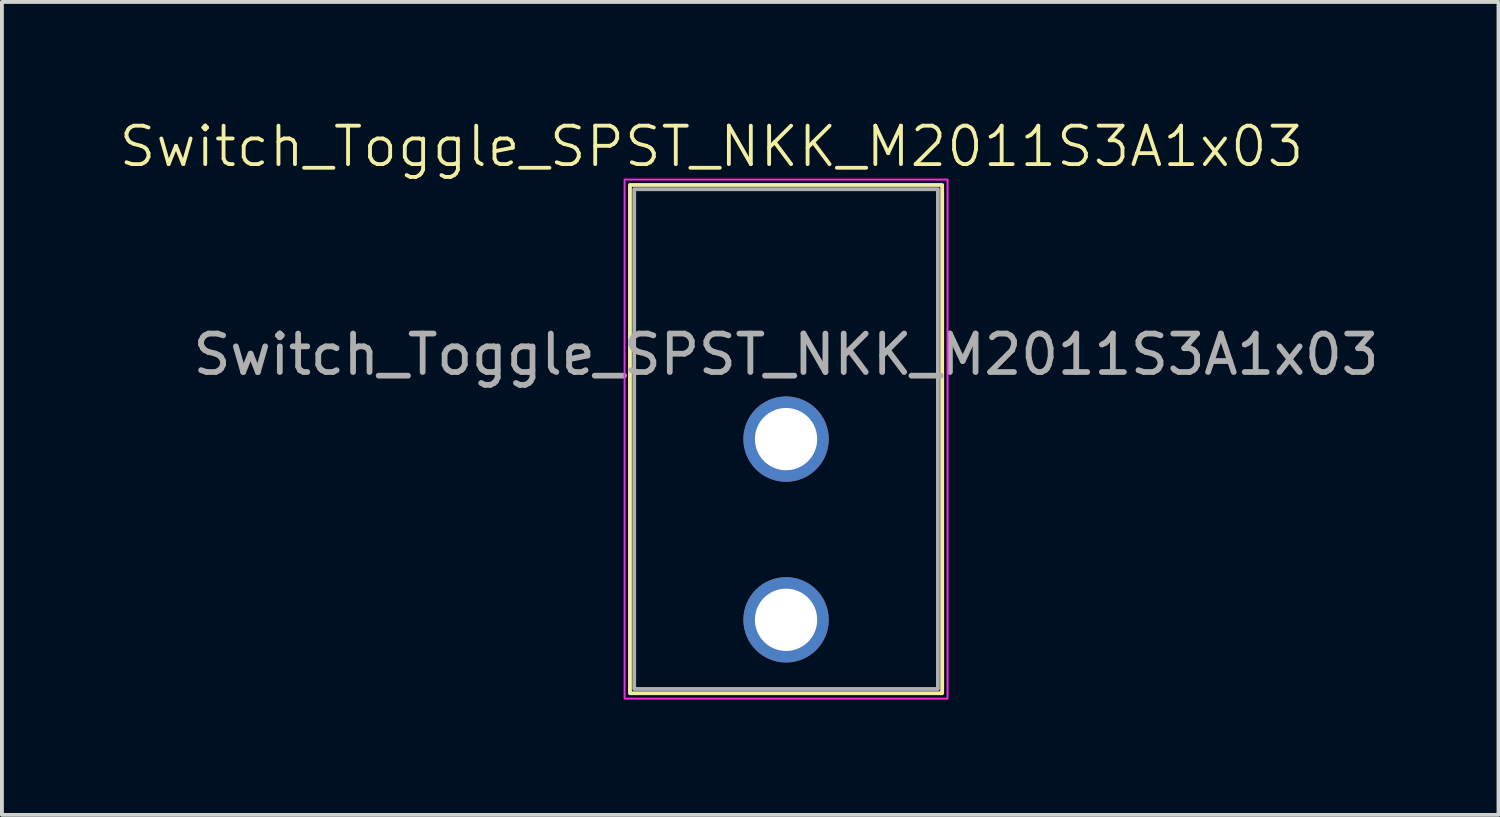
<source format=kicad_pcb>
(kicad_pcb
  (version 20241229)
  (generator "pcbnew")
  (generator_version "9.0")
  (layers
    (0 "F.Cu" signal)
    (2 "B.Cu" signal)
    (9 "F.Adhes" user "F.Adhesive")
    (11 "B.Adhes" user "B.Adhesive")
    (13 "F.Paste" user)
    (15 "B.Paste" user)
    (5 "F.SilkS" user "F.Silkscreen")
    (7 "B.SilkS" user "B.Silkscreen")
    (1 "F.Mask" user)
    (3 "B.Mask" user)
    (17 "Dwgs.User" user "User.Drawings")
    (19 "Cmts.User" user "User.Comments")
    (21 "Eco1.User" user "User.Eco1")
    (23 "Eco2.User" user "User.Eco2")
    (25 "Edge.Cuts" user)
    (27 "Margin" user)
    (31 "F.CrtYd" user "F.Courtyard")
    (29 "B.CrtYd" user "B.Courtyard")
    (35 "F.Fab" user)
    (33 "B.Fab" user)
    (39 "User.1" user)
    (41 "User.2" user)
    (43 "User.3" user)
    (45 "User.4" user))
  (footprint "Switch_Toggle_SPST_NKK_M2011S3A1x03"
    (layer "F.Cu")
    (at 17.395 3.671)
    (property "Reference" "Switch_Toggle_SPST_NKK_M2011S3A1x03" (at -1.94 -2.91 0) (unlocked yes) (layer "F.SilkS") (effects (font (size 1 1) (thickness 0.1))))
    (attr through_hole)
    (fp_rect (start -4.06 -1.91) (end 4.06 11.31) (stroke (width 0.1) (type default)) (fill no) (layer "F.SilkS"))
    (fp_rect (start -4.2 -2.05) (end 4.2 11.45) (stroke (width 0.05) (type solid)) (fill no) (layer "F.CrtYd"))
    (fp_rect (start -3.95 -1.8) (end 3.95 11.2) (stroke (width 0.1) (type default)) (fill no) (layer "F.Fab"))
    (fp_text user "${REFERENCE}" (at 0 2.5 0) (unlocked yes) (layer "F.Fab") (effects (font (size 1 1) (thickness 0.15))))
    (pad "2" thru_hole circle (at 0 4.7) (size 2.22 2.22) (drill 1.62) (layers "*.Cu" "*.Mask"))
    (pad "3" thru_hole circle (at 0 9.4) (size 2.22 2.22) (drill 1.62) (layers "*.Cu" "*.Mask")))
  (gr_rect
    (start -3 -3)
    (end 35.925 18.145)
    (stroke (width 0.1) (type default))
    (fill no)
    (layer "Edge.Cuts")))
</source>
